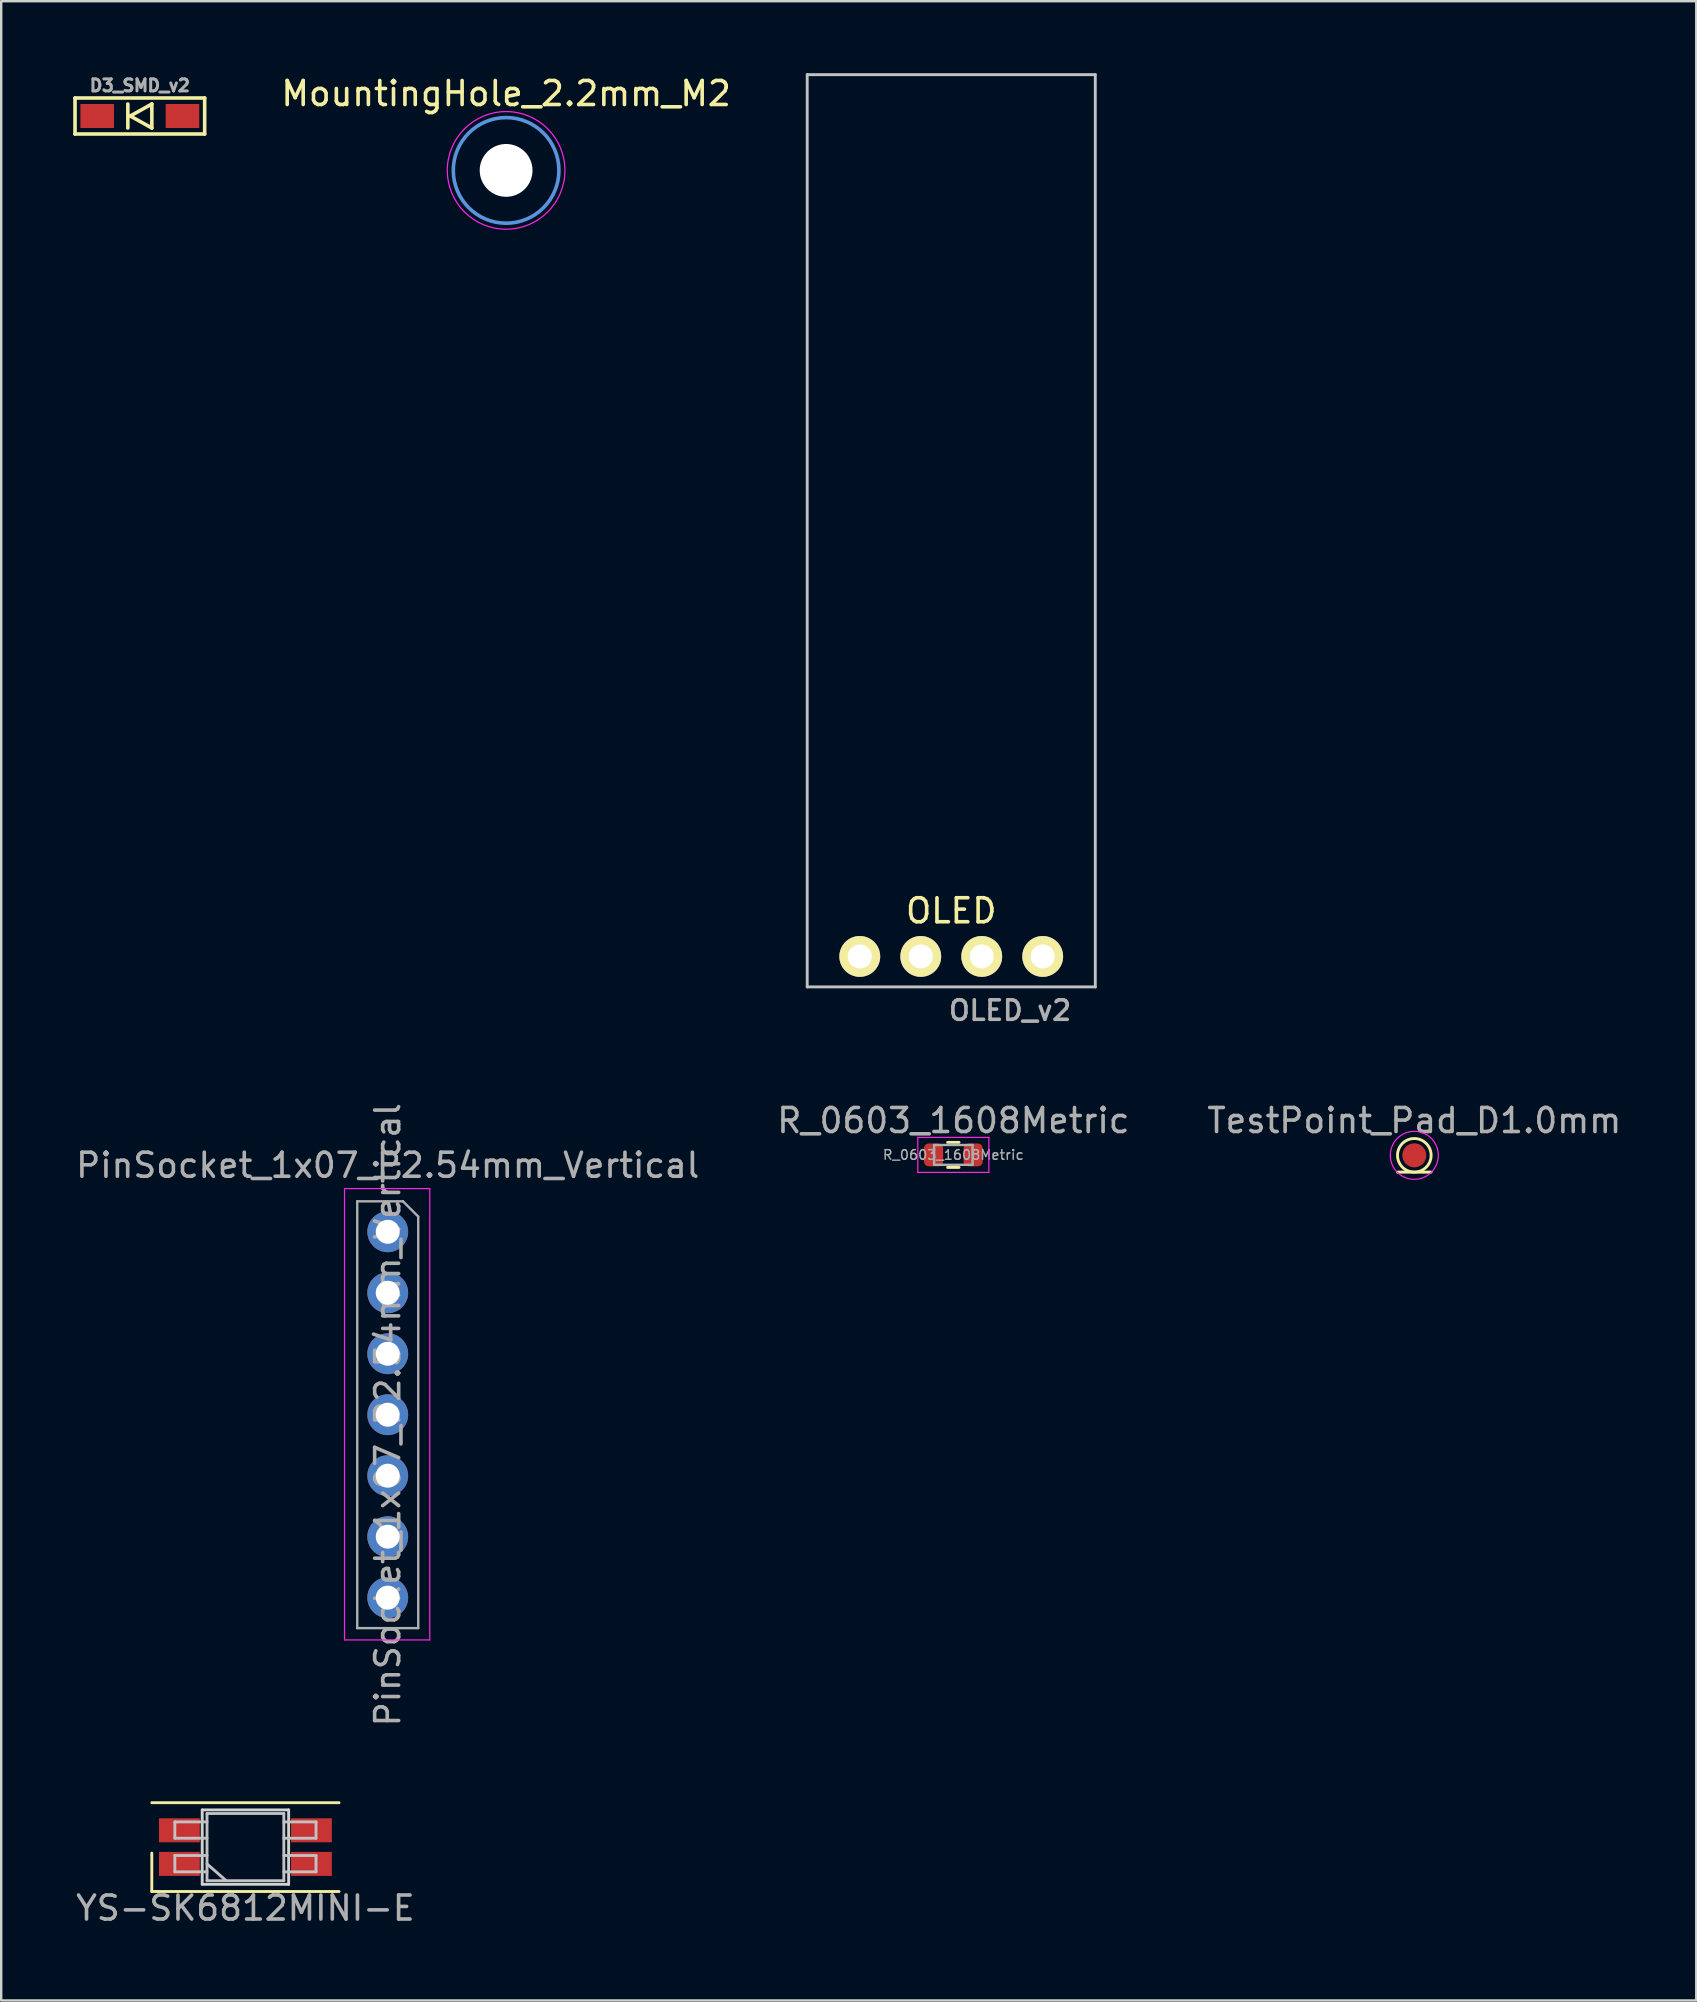
<source format=kicad_pcb>
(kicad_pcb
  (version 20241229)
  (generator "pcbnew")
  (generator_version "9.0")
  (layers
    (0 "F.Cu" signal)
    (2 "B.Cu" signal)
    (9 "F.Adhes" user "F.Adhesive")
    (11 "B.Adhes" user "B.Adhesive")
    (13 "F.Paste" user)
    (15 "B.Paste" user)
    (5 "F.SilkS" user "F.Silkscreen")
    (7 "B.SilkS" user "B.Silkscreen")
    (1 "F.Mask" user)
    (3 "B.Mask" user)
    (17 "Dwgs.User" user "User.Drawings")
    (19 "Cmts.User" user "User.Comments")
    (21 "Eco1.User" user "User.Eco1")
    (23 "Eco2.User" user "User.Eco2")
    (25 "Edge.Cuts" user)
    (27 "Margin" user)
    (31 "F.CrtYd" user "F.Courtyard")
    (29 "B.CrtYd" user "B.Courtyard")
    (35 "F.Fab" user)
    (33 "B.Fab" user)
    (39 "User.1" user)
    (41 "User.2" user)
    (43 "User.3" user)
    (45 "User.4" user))
  (footprint "D3_SMD_v2"
    (layer "F.Cu")
    (at 2.775 1.782)
    (property "Reference" "D3_SMD_v2" (at 0 -1.27 0) (layer "F.Fab") (effects (font (size 0.5 0.5) (thickness 0.125))))
    (attr through_hole)
    (fp_line (start -2.7 -0.75) (end -2.7 0.75) (stroke (width 0.15) (type solid)) (layer "F.SilkS"))
    (fp_line (start -2.7 0.75) (end 2.7 0.75) (stroke (width 0.15) (type solid)) (layer "F.SilkS"))
    (fp_line (start -0.5 -0.5) (end -0.5 0.5) (stroke (width 0.15) (type solid)) (layer "F.SilkS"))
    (fp_line (start -0.4 0) (end 0.5 -0.5) (stroke (width 0.15) (type solid)) (layer "F.SilkS"))
    (fp_line (start 0.5 -0.5) (end 0.5 0.5) (stroke (width 0.15) (type solid)) (layer "F.SilkS"))
    (fp_line (start 0.5 0.5) (end -0.4 0) (stroke (width 0.15) (type solid)) (layer "F.SilkS"))
    (fp_line (start 2.7 -0.75) (end -2.7 -0.75) (stroke (width 0.15) (type solid)) (layer "F.SilkS"))
    (fp_line (start 2.7 -0.75) (end 2.7 0.75) (stroke (width 0.15) (type solid)) (layer "F.SilkS"))
    (pad "1" smd rect (at -1.775 0) (size 1.4 1) (layers "F.Cu" "F.Mask" "F.Paste"))
    (pad "2" smd rect (at 1.775 0) (size 1.4 1) (layers "F.Cu" "F.Mask" "F.Paste")))
  (footprint "MountingHole_2.2mm_M2"
    (layer "F.Cu")
    (at 18.032 4.048)
    (property "Reference" "MountingHole_2.2mm_M2" (at 0 -3.2 0) (layer "F.SilkS") (effects (font (size 1 1) (thickness 0.15))))
    (attr board_only exclude_from_pos_files exclude_from_bom)
    (fp_circle (center 0 0) (end 2.2 0) (stroke (width 0.15) (type solid)) (fill no) (layer "Cmts.User"))
    (fp_circle (center 0 0) (end 2.45 0) (stroke (width 0.05) (type solid)) (fill no) (layer "F.CrtYd"))
    (pad "" np_thru_hole circle (at 0 0) (size 2.2 2.2) (drill 2.2) (layers "*.Cu" "*.Mask")))
  (footprint "TestPoint_Pad_D1.0mm"
    (layer "F.Cu")
    (at 55.863 45.075)
    (property "Reference" "TestPoint_Pad_D1.0mm" (at 0 -1.448 0) (layer "F.Fab") (effects (font (size 1 1) (thickness 0.15))))
    (attr exclude_from_pos_files exclude_from_bom)
    (fp_line (start 0.7 0.7) (end -0.7 0.7) (stroke (width 0.12) (type solid)) (layer "F.SilkS"))
    (fp_circle (center 0 0) (end 0 0.7) (stroke (width 0.12) (type solid)) (fill no) (layer "F.SilkS"))
    (fp_circle (center 0 0) (end 1 0) (stroke (width 0.05) (type solid)) (fill no) (layer "F.CrtYd"))
    (pad "1" smd circle (at 0 0) (size 1 1) (layers "F.Cu" "F.Mask")))
  (footprint "OLED_v2"
    (layer "F.Cu")
    (at 36.574 36.79)
    (property "Reference" "OLED_v2" (at 2.45 2.25 180) (layer "F.Fab") (effects (font (size 0.813 0.813) (thickness 0.15))))
    (attr through_hole)
    (fp_line (start -6 -36.73) (end 6 -36.73) (stroke (width 0.12) (type solid)) (layer "Dwgs.User"))
    (fp_line (start -6 1.27) (end -6 -36.73) (stroke (width 0.12) (type solid)) (layer "Dwgs.User"))
    (fp_line (start -6 1.27) (end 6 1.27) (stroke (width 0.12) (type solid)) (layer "Dwgs.User"))
    (fp_line (start 6 -36.73) (end 6 1.27) (stroke (width 0.12) (type solid)) (layer "Dwgs.User"))
    (fp_text user "OLED" (at 0 -1.9 0) (layer "F.SilkS") (effects (font (size 1 1) (thickness 0.15))))
    (pad "1" thru_hole circle (at -3.81 0) (size 1.7 1.7) (drill 1) (layers "*.Cu" "B.Mask" "F.SilkS"))
    (pad "2" thru_hole circle (at -1.27 0) (size 1.7 1.7) (drill 1) (layers "*.Cu" "B.Mask" "F.SilkS"))
    (pad "3" thru_hole circle (at 1.27 0) (size 1.7 1.7) (drill 1) (layers "*.Cu" "B.Mask" "F.SilkS"))
    (pad "4" thru_hole circle (at 3.81 0) (size 1.7 1.7) (drill 1) (layers "*.Cu" "B.Mask" "F.SilkS")))
  (footprint "R_0603_1608Metric"
    (layer "F.Cu")
    (at 36.661 45.057)
    (property "Reference" "R_0603_1608Metric" (at 0 -1.43 0) (layer "F.Fab") (effects (font (size 1 1) (thickness 0.15))))
    (attr smd)
    (fp_line (start -0.237 -0.522) (end 0.237 -0.522) (stroke (width 0.12) (type solid)) (layer "F.SilkS"))
    (fp_line (start -0.237 0.522) (end 0.237 0.522) (stroke (width 0.12) (type solid)) (layer "F.SilkS"))
    (fp_line (start -1.48 -0.73) (end 1.48 -0.73) (stroke (width 0.05) (type solid)) (layer "F.CrtYd"))
    (fp_line (start -1.48 0.73) (end -1.48 -0.73) (stroke (width 0.05) (type solid)) (layer "F.CrtYd"))
    (fp_line (start 1.48 -0.73) (end 1.48 0.73) (stroke (width 0.05) (type solid)) (layer "F.CrtYd"))
    (fp_line (start 1.48 0.73) (end -1.48 0.73) (stroke (width 0.05) (type solid)) (layer "F.CrtYd"))
    (fp_line (start -0.8 -0.412) (end 0.8 -0.412) (stroke (width 0.1) (type solid)) (layer "F.Fab"))
    (fp_line (start -0.8 0.412) (end -0.8 -0.412) (stroke (width 0.1) (type solid)) (layer "F.Fab"))
    (fp_line (start 0.8 -0.412) (end 0.8 0.412) (stroke (width 0.1) (type solid)) (layer "F.Fab"))
    (fp_line (start 0.8 0.412) (end -0.8 0.412) (stroke (width 0.1) (type solid)) (layer "F.Fab"))
    (fp_text user "${REFERENCE}" (at 0 0 0) (layer "F.Fab") (effects (font (size 0.4 0.4) (thickness 0.06))))
    (pad "1" smd roundrect (at -0.825 0) (size 0.8 0.95) (layers "F.Cu" "F.Mask" "F.Paste") (roundrect_rratio 0.25))
    (pad "2" smd roundrect (at 0.825 0) (size 0.8 0.95) (layers "F.Cu" "F.Mask" "F.Paste") (roundrect_rratio 0.25)))
  (footprint "YS-SK6812MINI-E"
    (layer "F.Cu")
    (at 7.173 73.891)
    (property "Reference" "YS-SK6812MINI-E" (at 0 2.54 0) (layer "F.Fab") (effects (font (size 1 1) (thickness 0.15))))
    (attr through_hole)
    (fp_line (start -3.9 0.25) (end -3.9 1.85) (stroke (width 0.12) (type solid)) (layer "F.SilkS"))
    (fp_line (start -3.9 1.85) (end 3.9 1.85) (stroke (width 0.12) (type solid)) (layer "F.SilkS"))
    (fp_line (start 3.9 -1.85) (end -3.9 -1.85) (stroke (width 0.12) (type solid)) (layer "F.SilkS"))
    (fp_line (start -2.94 -1.05) (end -2.94 -0.37) (stroke (width 0.12) (type solid)) (layer "Dwgs.User"))
    (fp_line (start -2.94 -0.37) (end -1.6 -0.37) (stroke (width 0.12) (type solid)) (layer "Dwgs.User"))
    (fp_line (start -2.94 0.35) (end -2.94 1.03) (stroke (width 0.12) (type solid)) (layer "Dwgs.User"))
    (fp_line (start -2.94 1.03) (end -1.6 1.03) (stroke (width 0.12) (type solid)) (layer "Dwgs.User"))
    (fp_line (start -1.6 -1.4) (end -1.6 1.4) (stroke (width 0.12) (type solid)) (layer "Dwgs.User"))
    (fp_line (start -1.6 -1.4) (end 1.6 -1.4) (stroke (width 0.12) (type solid)) (layer "Dwgs.User"))
    (fp_line (start -1.6 -1.05) (end -2.94 -1.05) (stroke (width 0.12) (type solid)) (layer "Dwgs.User"))
    (fp_line (start -1.6 0.35) (end -2.94 0.35) (stroke (width 0.12) (type solid)) (layer "Dwgs.User"))
    (fp_line (start -1.6 0.7) (end -0.8 1.4) (stroke (width 0.12) (type solid)) (layer "Dwgs.User"))
    (fp_line (start -1.6 1.4) (end 1.6 1.4) (stroke (width 0.12) (type solid)) (layer "Dwgs.User"))
    (fp_line (start 1.6 -1.4) (end 1.6 1.4) (stroke (width 0.12) (type solid)) (layer "Dwgs.User"))
    (fp_line (start 1.6 -0.37) (end 2.94 -0.37) (stroke (width 0.12) (type solid)) (layer "Dwgs.User"))
    (fp_line (start 1.6 1.03) (end 2.94 1.03) (stroke (width 0.12) (type solid)) (layer "Dwgs.User"))
    (fp_line (start 2.94 -1.05) (end 1.6 -1.05) (stroke (width 0.12) (type solid)) (layer "Dwgs.User"))
    (fp_line (start 2.94 -0.37) (end 2.94 -1.05) (stroke (width 0.12) (type solid)) (layer "Dwgs.User"))
    (fp_line (start 2.94 0.35) (end 1.6 0.35) (stroke (width 0.12) (type solid)) (layer "Dwgs.User"))
    (fp_line (start 2.94 1.03) (end 2.94 0.35) (stroke (width 0.12) (type solid)) (layer "Dwgs.User"))
    (fp_line (start -1.8 -1.55) (end -1.8 1.55) (stroke (width 0.12) (type solid)) (layer "Edge.Cuts"))
    (fp_line (start -1.8 1.55) (end 1.8 1.55) (stroke (width 0.12) (type solid)) (layer "Edge.Cuts"))
    (fp_line (start 1.8 -1.55) (end -1.8 -1.55) (stroke (width 0.12) (type solid)) (layer "Edge.Cuts"))
    (fp_line (start 1.8 1.55) (end 1.8 -1.55) (stroke (width 0.12) (type solid)) (layer "Edge.Cuts"))
    (pad "1" smd rect (at 2.75 -0.7) (size 1.7 1) (layers "F.Cu" "F.Mask" "F.Paste"))
    (pad "2" smd rect (at 2.75 0.7) (size 1.7 1) (layers "F.Cu" "F.Mask" "F.Paste"))
    (pad "3" smd rect (at -2.75 0.7) (size 1.7 1) (layers "F.Cu" "F.Mask" "F.Paste"))
    (pad "4" smd rect (at -2.75 -0.7) (size 1.7 1) (layers "F.Cu" "F.Mask" "F.Paste")))
  (footprint "PinSocket_1x07_P2.54mm_Vertical"
    (layer "F.Cu")
    (at 13.101 48.26)
    (property "Reference" "PinSocket_1x07_P2.54mm_Vertical" (at 0 -2.77 0) (layer "F.Fab") (effects (font (size 1 1) (thickness 0.15))))
    (attr through_hole)
    (fp_line (start -1.8 -1.8) (end 1.75 -1.8) (stroke (width 0.05) (type solid)) (layer "F.CrtYd"))
    (fp_line (start -1.8 17) (end -1.8 -1.8) (stroke (width 0.05) (type solid)) (layer "F.CrtYd"))
    (fp_line (start 1.75 -1.8) (end 1.75 17) (stroke (width 0.05) (type solid)) (layer "F.CrtYd"))
    (fp_line (start 1.75 17) (end -1.8 17) (stroke (width 0.05) (type solid)) (layer "F.CrtYd"))
    (fp_line (start -1.27 -1.27) (end 0.635 -1.27) (stroke (width 0.1) (type solid)) (layer "F.Fab"))
    (fp_line (start -1.27 16.51) (end -1.27 -1.27) (stroke (width 0.1) (type solid)) (layer "F.Fab"))
    (fp_line (start 0.635 -1.27) (end 1.27 -0.635) (stroke (width 0.1) (type solid)) (layer "F.Fab"))
    (fp_line (start 1.27 -0.635) (end 1.27 16.51) (stroke (width 0.1) (type solid)) (layer "F.Fab"))
    (fp_line (start 1.27 16.51) (end -1.27 16.51) (stroke (width 0.1) (type solid)) (layer "F.Fab"))
    (fp_text user "${REFERENCE}" (at 0 7.62 90) (layer "F.Fab") (effects (font (size 1 1) (thickness 0.15))))
    (pad "1" thru_hole circle (at 0 0) (size 1.7 1.7) (drill 1) (layers "*.Cu" "*.Mask"))
    (pad "2" thru_hole oval (at 0 2.54) (size 1.7 1.7) (drill 1) (layers "*.Cu" "*.Mask"))
    (pad "3" thru_hole oval (at 0 5.08) (size 1.7 1.7) (drill 1) (layers "*.Cu" "*.Mask"))
    (pad "4" thru_hole oval (at 0 7.62) (size 1.7 1.7) (drill 1) (layers "*.Cu" "*.Mask"))
    (pad "5" thru_hole oval (at 0 10.16) (size 1.7 1.7) (drill 1) (layers "*.Cu" "*.Mask"))
    (pad "6" thru_hole oval (at 0 12.7) (size 1.7 1.7) (drill 1) (layers "*.Cu" "*.Mask"))
    (pad "7" thru_hole oval (at 0 15.24) (size 1.7 1.7) (drill 1) (layers "*.Cu" "*.Mask")))
  (gr_rect
    (start -3 -3)
    (end 67.607 80.279)
    (stroke (width 0.1) (type default))
    (fill no)
    (layer "Edge.Cuts")))
</source>
